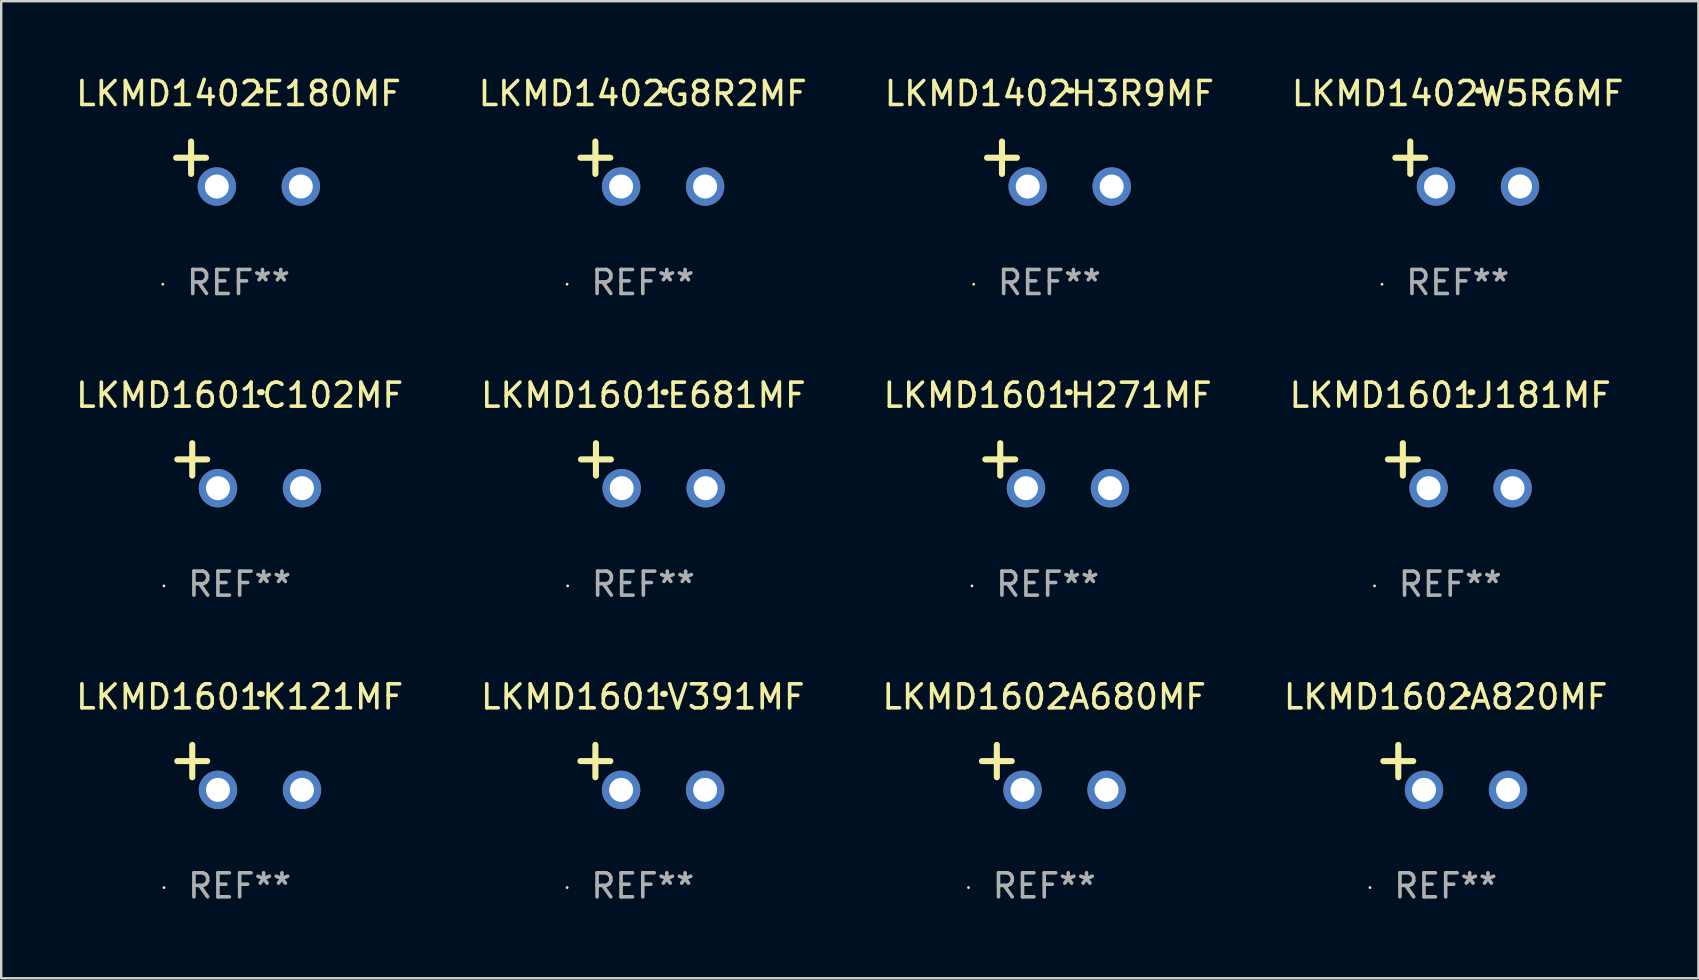
<source format=kicad_pcb>
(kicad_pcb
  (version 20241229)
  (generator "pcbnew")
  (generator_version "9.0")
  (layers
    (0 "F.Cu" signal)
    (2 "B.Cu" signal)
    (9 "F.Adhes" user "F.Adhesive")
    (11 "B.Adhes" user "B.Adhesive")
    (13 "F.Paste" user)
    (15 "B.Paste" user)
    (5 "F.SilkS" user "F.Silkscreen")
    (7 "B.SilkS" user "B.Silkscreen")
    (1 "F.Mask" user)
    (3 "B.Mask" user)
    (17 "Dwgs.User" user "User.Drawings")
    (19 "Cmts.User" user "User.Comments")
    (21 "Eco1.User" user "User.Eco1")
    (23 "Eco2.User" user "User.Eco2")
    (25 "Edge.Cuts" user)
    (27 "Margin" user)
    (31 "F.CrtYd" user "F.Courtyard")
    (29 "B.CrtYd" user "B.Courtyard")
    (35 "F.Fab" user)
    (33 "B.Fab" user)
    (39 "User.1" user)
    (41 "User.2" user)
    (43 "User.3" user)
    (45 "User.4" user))
  (footprint "LKMD1402W5R6MF"
    (layer "F.Cu")
    (at 57.685 3.785)
    (property "Reference" "LKMD1402W5R6MF" (at 0 -2.937 0) (layer "F.SilkS") (effects (font (size 1 1) (thickness 0.15))))
    (attr through_hole)
    (fp_line (start -1.975 0.41) (end -1.975 -0.937) (stroke (width 0.254) (type solid)) (layer "F.SilkS"))
    (fp_line (start -1.353 -0.263) (end -2.597 -0.263) (stroke (width 0.254) (type solid)) (layer "F.SilkS"))
    (fp_arc (start 0.849809 -3.063957) (mid 0.885369 -3.064114) (end 0.920929 -3.063957) (stroke (width 0.254001) (type solid)) (layer "F.SilkS"))
    (fp_circle (center -3.154 5.008) (end -3.124 5.008) (stroke (width 0.06) (type solid)) (fill no) (layer "F.SilkS"))
    (fp_text user "REF**" (at 0 4.937 0) (layer "F.Fab") (effects (font (size 1 1) (thickness 0.15))))
    (pad "1" thru_hole circle (at -0.903 0.937) (size 1.6 1.6) (drill 1) (layers "*.Cu" "*.Mask"))
    (pad "2" thru_hole circle (at 2.597 0.937) (size 1.6 1.6) (drill 1) (layers "*.Cu" "*.Mask")))
  (footprint "LKMD1602A820MF"
    (layer "F.Cu")
    (at 57.185 28.924)
    (property "Reference" "LKMD1602A820MF" (at 0 -2.937 0) (layer "F.SilkS") (effects (font (size 1 1) (thickness 0.15))))
    (attr through_hole)
    (fp_line (start -1.975 0.41) (end -1.975 -0.937) (stroke (width 0.254) (type solid)) (layer "F.SilkS"))
    (fp_line (start -1.353 -0.263) (end -2.597 -0.263) (stroke (width 0.254) (type solid)) (layer "F.SilkS"))
    (fp_arc (start 0.849809 -3.063957) (mid 0.885369 -3.064114) (end 0.920929 -3.063957) (stroke (width 0.254001) (type solid)) (layer "F.SilkS"))
    (fp_circle (center -3.154 5.008) (end -3.124 5.008) (stroke (width 0.06) (type solid)) (fill no) (layer "F.SilkS"))
    (fp_text user "REF**" (at 0 4.937 0) (layer "F.Fab") (effects (font (size 1 1) (thickness 0.15))))
    (pad "1" thru_hole circle (at -0.903 0.937) (size 1.6 1.6) (drill 1) (layers "*.Cu" "*.Mask"))
    (pad "2" thru_hole circle (at 2.597 0.937) (size 1.6 1.6) (drill 1) (layers "*.Cu" "*.Mask")))
  (footprint "LKMD1601C102MF"
    (layer "F.Cu")
    (at 6.935 16.354)
    (property "Reference" "LKMD1601C102MF" (at 0 -2.937 0) (layer "F.SilkS") (effects (font (size 1 1) (thickness 0.15))))
    (attr through_hole)
    (fp_line (start -1.975 0.41) (end -1.975 -0.937) (stroke (width 0.254) (type solid)) (layer "F.SilkS"))
    (fp_line (start -1.353 -0.263) (end -2.597 -0.263) (stroke (width 0.254) (type solid)) (layer "F.SilkS"))
    (fp_arc (start 0.849809 -3.063957) (mid 0.885369 -3.064114) (end 0.920929 -3.063957) (stroke (width 0.254001) (type solid)) (layer "F.SilkS"))
    (fp_circle (center -3.154 5.008) (end -3.124 5.008) (stroke (width 0.06) (type solid)) (fill no) (layer "F.SilkS"))
    (fp_text user "REF**" (at 0 4.937 0) (layer "F.Fab") (effects (font (size 1 1) (thickness 0.15))))
    (pad "1" thru_hole circle (at -0.903 0.937) (size 1.6 1.6) (drill 1) (layers "*.Cu" "*.Mask"))
    (pad "2" thru_hole circle (at 2.597 0.937) (size 1.6 1.6) (drill 1) (layers "*.Cu" "*.Mask")))
  (footprint "LKMD1601J181MF"
    (layer "F.Cu")
    (at 57.375 16.354)
    (property "Reference" "LKMD1601J181MF" (at 0 -2.937 0) (layer "F.SilkS") (effects (font (size 1 1) (thickness 0.15))))
    (attr through_hole)
    (fp_line (start -1.975 0.41) (end -1.975 -0.937) (stroke (width 0.254) (type solid)) (layer "F.SilkS"))
    (fp_line (start -1.353 -0.263) (end -2.597 -0.263) (stroke (width 0.254) (type solid)) (layer "F.SilkS"))
    (fp_arc (start 0.849809 -3.063957) (mid 0.885369 -3.064114) (end 0.920929 -3.063957) (stroke (width 0.254001) (type solid)) (layer "F.SilkS"))
    (fp_circle (center -3.154 5.008) (end -3.124 5.008) (stroke (width 0.06) (type solid)) (fill no) (layer "F.SilkS"))
    (fp_text user "REF**" (at 0 4.937 0) (layer "F.Fab") (effects (font (size 1 1) (thickness 0.15))))
    (pad "1" thru_hole circle (at -0.903 0.937) (size 1.6 1.6) (drill 1) (layers "*.Cu" "*.Mask"))
    (pad "2" thru_hole circle (at 2.597 0.937) (size 1.6 1.6) (drill 1) (layers "*.Cu" "*.Mask")))
  (footprint "LKMD1601V391MF"
    (layer "F.Cu")
    (at 23.732 28.924)
    (property "Reference" "LKMD1601V391MF" (at 0 -2.937 0) (layer "F.SilkS") (effects (font (size 1 1) (thickness 0.15))))
    (attr through_hole)
    (fp_line (start -1.975 0.41) (end -1.975 -0.937) (stroke (width 0.254) (type solid)) (layer "F.SilkS"))
    (fp_line (start -1.353 -0.263) (end -2.597 -0.263) (stroke (width 0.254) (type solid)) (layer "F.SilkS"))
    (fp_arc (start 0.849809 -3.063957) (mid 0.885369 -3.064114) (end 0.920929 -3.063957) (stroke (width 0.254001) (type solid)) (layer "F.SilkS"))
    (fp_circle (center -3.154 5.008) (end -3.124 5.008) (stroke (width 0.06) (type solid)) (fill no) (layer "F.SilkS"))
    (fp_text user "REF**" (at 0 4.937 0) (layer "F.Fab") (effects (font (size 1 1) (thickness 0.15))))
    (pad "1" thru_hole circle (at -0.903 0.937) (size 1.6 1.6) (drill 1) (layers "*.Cu" "*.Mask"))
    (pad "2" thru_hole circle (at 2.597 0.937) (size 1.6 1.6) (drill 1) (layers "*.Cu" "*.Mask")))
  (footprint "LKMD1601K121MF"
    (layer "F.Cu")
    (at 6.935 28.924)
    (property "Reference" "LKMD1601K121MF" (at 0 -2.937 0) (layer "F.SilkS") (effects (font (size 1 1) (thickness 0.15))))
    (attr through_hole)
    (fp_line (start -1.975 0.41) (end -1.975 -0.937) (stroke (width 0.254) (type solid)) (layer "F.SilkS"))
    (fp_line (start -1.353 -0.263) (end -2.597 -0.263) (stroke (width 0.254) (type solid)) (layer "F.SilkS"))
    (fp_arc (start 0.849809 -3.063957) (mid 0.885369 -3.064114) (end 0.920929 -3.063957) (stroke (width 0.254001) (type solid)) (layer "F.SilkS"))
    (fp_circle (center -3.154 5.008) (end -3.124 5.008) (stroke (width 0.06) (type solid)) (fill no) (layer "F.SilkS"))
    (fp_text user "REF**" (at 0 4.937 0) (layer "F.Fab") (effects (font (size 1 1) (thickness 0.15))))
    (pad "1" thru_hole circle (at -0.903 0.937) (size 1.6 1.6) (drill 1) (layers "*.Cu" "*.Mask"))
    (pad "2" thru_hole circle (at 2.597 0.937) (size 1.6 1.6) (drill 1) (layers "*.Cu" "*.Mask")))
  (footprint "LKMD1602A680MF"
    (layer "F.Cu")
    (at 40.458 28.924)
    (property "Reference" "LKMD1602A680MF" (at 0 -2.937 0) (layer "F.SilkS") (effects (font (size 1 1) (thickness 0.15))))
    (attr through_hole)
    (fp_line (start -1.975 0.41) (end -1.975 -0.937) (stroke (width 0.254) (type solid)) (layer "F.SilkS"))
    (fp_line (start -1.353 -0.263) (end -2.597 -0.263) (stroke (width 0.254) (type solid)) (layer "F.SilkS"))
    (fp_arc (start 0.849809 -3.063957) (mid 0.885369 -3.064114) (end 0.920929 -3.063957) (stroke (width 0.254001) (type solid)) (layer "F.SilkS"))
    (fp_circle (center -3.154 5.008) (end -3.124 5.008) (stroke (width 0.06) (type solid)) (fill no) (layer "F.SilkS"))
    (fp_text user "REF**" (at 0 4.937 0) (layer "F.Fab") (effects (font (size 1 1) (thickness 0.15))))
    (pad "1" thru_hole circle (at -0.903 0.937) (size 1.6 1.6) (drill 1) (layers "*.Cu" "*.Mask"))
    (pad "2" thru_hole circle (at 2.597 0.937) (size 1.6 1.6) (drill 1) (layers "*.Cu" "*.Mask")))
  (footprint "LKMD1601H271MF"
    (layer "F.Cu")
    (at 40.601 16.354)
    (property "Reference" "LKMD1601H271MF" (at 0 -2.937 0) (layer "F.SilkS") (effects (font (size 1 1) (thickness 0.15))))
    (attr through_hole)
    (fp_line (start -1.975 0.41) (end -1.975 -0.937) (stroke (width 0.254) (type solid)) (layer "F.SilkS"))
    (fp_line (start -1.353 -0.263) (end -2.597 -0.263) (stroke (width 0.254) (type solid)) (layer "F.SilkS"))
    (fp_arc (start 0.849809 -3.063957) (mid 0.885369 -3.064114) (end 0.920929 -3.063957) (stroke (width 0.254001) (type solid)) (layer "F.SilkS"))
    (fp_circle (center -3.154 5.008) (end -3.124 5.008) (stroke (width 0.06) (type solid)) (fill no) (layer "F.SilkS"))
    (fp_text user "REF**" (at 0 4.937 0) (layer "F.Fab") (effects (font (size 1 1) (thickness 0.15))))
    (pad "1" thru_hole circle (at -0.903 0.937) (size 1.6 1.6) (drill 1) (layers "*.Cu" "*.Mask"))
    (pad "2" thru_hole circle (at 2.597 0.937) (size 1.6 1.6) (drill 1) (layers "*.Cu" "*.Mask")))
  (footprint "LKMD1402E180MF"
    (layer "F.Cu")
    (at 6.887 3.785)
    (property "Reference" "LKMD1402E180MF" (at 0 -2.937 0) (layer "F.SilkS") (effects (font (size 1 1) (thickness 0.15))))
    (attr through_hole)
    (fp_line (start -1.975 0.41) (end -1.975 -0.937) (stroke (width 0.254) (type solid)) (layer "F.SilkS"))
    (fp_line (start -1.353 -0.263) (end -2.597 -0.263) (stroke (width 0.254) (type solid)) (layer "F.SilkS"))
    (fp_arc (start 0.849809 -3.063957) (mid 0.885369 -3.064114) (end 0.920929 -3.063957) (stroke (width 0.254001) (type solid)) (layer "F.SilkS"))
    (fp_circle (center -3.154 5.008) (end -3.124 5.008) (stroke (width 0.06) (type solid)) (fill no) (layer "F.SilkS"))
    (fp_text user "REF**" (at 0 4.937 0) (layer "F.Fab") (effects (font (size 1 1) (thickness 0.15))))
    (pad "1" thru_hole circle (at -0.903 0.937) (size 1.6 1.6) (drill 1) (layers "*.Cu" "*.Mask"))
    (pad "2" thru_hole circle (at 2.597 0.937) (size 1.6 1.6) (drill 1) (layers "*.Cu" "*.Mask")))
  (footprint "LKMD1402G8R2MF"
    (layer "F.Cu")
    (at 23.732 3.785)
    (property "Reference" "LKMD1402G8R2MF" (at 0 -2.937 0) (layer "F.SilkS") (effects (font (size 1 1) (thickness 0.15))))
    (attr through_hole)
    (fp_line (start -1.975 0.41) (end -1.975 -0.937) (stroke (width 0.254) (type solid)) (layer "F.SilkS"))
    (fp_line (start -1.353 -0.263) (end -2.597 -0.263) (stroke (width 0.254) (type solid)) (layer "F.SilkS"))
    (fp_arc (start 0.849809 -3.063957) (mid 0.885369 -3.064114) (end 0.920929 -3.063957) (stroke (width 0.254001) (type solid)) (layer "F.SilkS"))
    (fp_circle (center -3.154 5.008) (end -3.124 5.008) (stroke (width 0.06) (type solid)) (fill no) (layer "F.SilkS"))
    (fp_text user "REF**" (at 0 4.937 0) (layer "F.Fab") (effects (font (size 1 1) (thickness 0.15))))
    (pad "1" thru_hole circle (at -0.903 0.937) (size 1.6 1.6) (drill 1) (layers "*.Cu" "*.Mask"))
    (pad "2" thru_hole circle (at 2.597 0.937) (size 1.6 1.6) (drill 1) (layers "*.Cu" "*.Mask")))
  (footprint "LKMD1402H3R9MF"
    (layer "F.Cu")
    (at 40.673 3.785)
    (property "Reference" "LKMD1402H3R9MF" (at 0 -2.937 0) (layer "F.SilkS") (effects (font (size 1 1) (thickness 0.15))))
    (attr through_hole)
    (fp_line (start -1.975 0.41) (end -1.975 -0.937) (stroke (width 0.254) (type solid)) (layer "F.SilkS"))
    (fp_line (start -1.353 -0.263) (end -2.597 -0.263) (stroke (width 0.254) (type solid)) (layer "F.SilkS"))
    (fp_arc (start 0.849809 -3.063957) (mid 0.885369 -3.064114) (end 0.920929 -3.063957) (stroke (width 0.254001) (type solid)) (layer "F.SilkS"))
    (fp_circle (center -3.154 5.008) (end -3.124 5.008) (stroke (width 0.06) (type solid)) (fill no) (layer "F.SilkS"))
    (fp_text user "REF**" (at 0 4.937 0) (layer "F.Fab") (effects (font (size 1 1) (thickness 0.15))))
    (pad "1" thru_hole circle (at -0.903 0.937) (size 1.6 1.6) (drill 1) (layers "*.Cu" "*.Mask"))
    (pad "2" thru_hole circle (at 2.597 0.937) (size 1.6 1.6) (drill 1) (layers "*.Cu" "*.Mask")))
  (footprint "LKMD1601E681MF"
    (layer "F.Cu")
    (at 23.756 16.354)
    (property "Reference" "LKMD1601E681MF" (at 0 -2.937 0) (layer "F.SilkS") (effects (font (size 1 1) (thickness 0.15))))
    (attr through_hole)
    (fp_line (start -1.975 0.41) (end -1.975 -0.937) (stroke (width 0.254) (type solid)) (layer "F.SilkS"))
    (fp_line (start -1.353 -0.263) (end -2.597 -0.263) (stroke (width 0.254) (type solid)) (layer "F.SilkS"))
    (fp_arc (start 0.849809 -3.063957) (mid 0.885369 -3.064114) (end 0.920929 -3.063957) (stroke (width 0.254001) (type solid)) (layer "F.SilkS"))
    (fp_circle (center -3.154 5.008) (end -3.124 5.008) (stroke (width 0.06) (type solid)) (fill no) (layer "F.SilkS"))
    (fp_text user "REF**" (at 0 4.937 0) (layer "F.Fab") (effects (font (size 1 1) (thickness 0.15))))
    (pad "1" thru_hole circle (at -0.903 0.937) (size 1.6 1.6) (drill 1) (layers "*.Cu" "*.Mask"))
    (pad "2" thru_hole circle (at 2.597 0.937) (size 1.6 1.6) (drill 1) (layers "*.Cu" "*.Mask")))
  (gr_rect
    (start -3 -3)
    (end 67.714 37.709)
    (stroke (width 0.1) (type default))
    (fill no)
    (layer "Edge.Cuts")))
</source>
